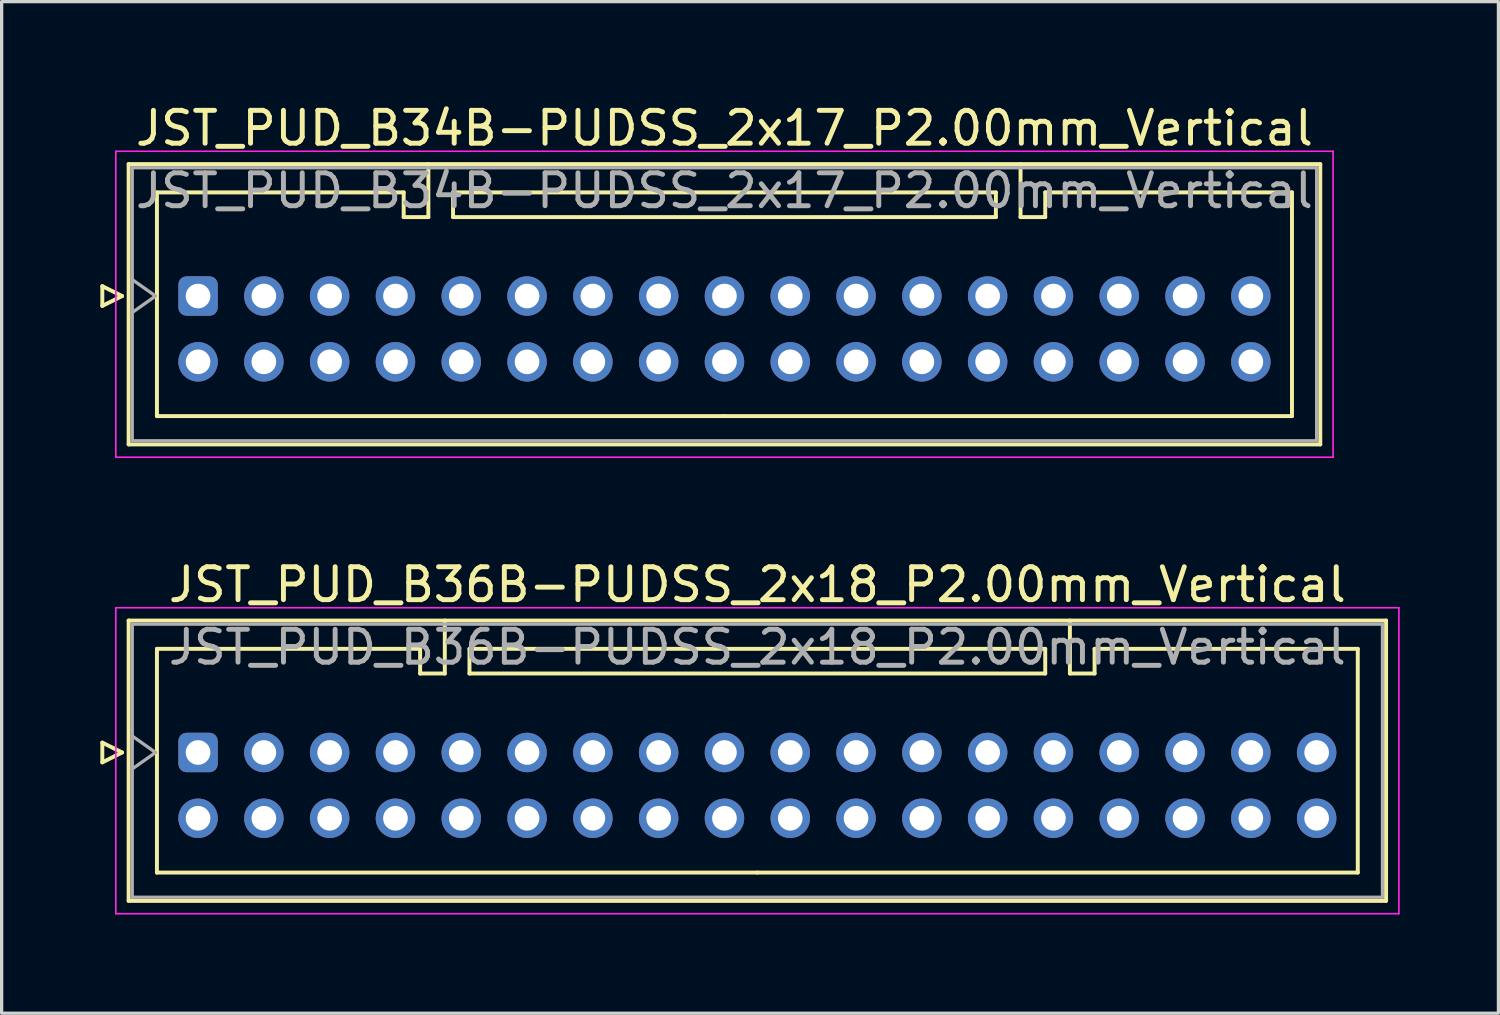
<source format=kicad_pcb>
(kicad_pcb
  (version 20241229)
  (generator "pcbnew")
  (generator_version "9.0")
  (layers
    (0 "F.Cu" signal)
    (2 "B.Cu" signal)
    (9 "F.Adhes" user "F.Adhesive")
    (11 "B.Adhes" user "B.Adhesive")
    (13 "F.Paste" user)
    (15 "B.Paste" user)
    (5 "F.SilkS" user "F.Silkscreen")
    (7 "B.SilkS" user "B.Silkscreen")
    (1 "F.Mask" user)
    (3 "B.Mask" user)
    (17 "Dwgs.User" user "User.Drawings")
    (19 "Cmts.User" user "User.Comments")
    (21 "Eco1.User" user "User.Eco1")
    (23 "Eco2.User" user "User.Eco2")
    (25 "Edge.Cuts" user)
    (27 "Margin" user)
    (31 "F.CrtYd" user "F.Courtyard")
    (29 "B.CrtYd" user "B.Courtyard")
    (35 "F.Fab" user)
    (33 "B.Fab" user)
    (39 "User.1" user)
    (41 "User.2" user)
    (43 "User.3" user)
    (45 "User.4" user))
  (footprint "JST_PUD_B34B-PUDSS_2x17_P2.00mm_Vertical"
    (layer "F.Cu")
    (at 2.97 5.948)
    (property "Reference" "JST_PUD_B34B-PUDSS_2x17_P2.00mm_Vertical" (at 16 -5.1 0) (layer "F.SilkS") (effects (font (size 1 1) (thickness 0.15))))
    (attr through_hole)
    (fp_line (start -2.91 -0.3) (end -2.31 0) (stroke (width 0.12) (type solid)) (layer "F.SilkS"))
    (fp_line (start -2.91 0.3) (end -2.91 -0.3) (stroke (width 0.12) (type solid)) (layer "F.SilkS"))
    (fp_line (start -2.31 0) (end -2.91 0.3) (stroke (width 0.12) (type solid)) (layer "F.SilkS"))
    (fp_line (start -2.11 -4.01) (end -2.11 4.51) (stroke (width 0.12) (type solid)) (layer "F.SilkS"))
    (fp_line (start -2.11 4.51) (end 34.11 4.51) (stroke (width 0.12) (type solid)) (layer "F.SilkS"))
    (fp_line (start -1.25 -3.15) (end -1.25 3.65) (stroke (width 0.12) (type solid)) (layer "F.SilkS"))
    (fp_line (start -1.25 3.65) (end 16 3.65) (stroke (width 0.12) (type solid)) (layer "F.SilkS"))
    (fp_line (start 6.25 -3.15) (end -1.25 -3.15) (stroke (width 0.12) (type solid)) (layer "F.SilkS"))
    (fp_line (start 6.25 -2.4) (end 6.25 -3.15) (stroke (width 0.12) (type solid)) (layer "F.SilkS"))
    (fp_line (start 7 -4.01) (end 7 -2.4) (stroke (width 0.12) (type solid)) (layer "F.SilkS"))
    (fp_line (start 7 -2.4) (end 6.25 -2.4) (stroke (width 0.12) (type solid)) (layer "F.SilkS"))
    (fp_line (start 7.75 -3.15) (end 7.75 -2.4) (stroke (width 0.12) (type solid)) (layer "F.SilkS"))
    (fp_line (start 7.75 -2.4) (end 24.25 -2.4) (stroke (width 0.12) (type solid)) (layer "F.SilkS"))
    (fp_line (start 24.25 -3.15) (end 7.75 -3.15) (stroke (width 0.12) (type solid)) (layer "F.SilkS"))
    (fp_line (start 24.25 -2.4) (end 24.25 -3.15) (stroke (width 0.12) (type solid)) (layer "F.SilkS"))
    (fp_line (start 25 -4.01) (end 25 -2.4) (stroke (width 0.12) (type solid)) (layer "F.SilkS"))
    (fp_line (start 25 -2.4) (end 25.75 -2.4) (stroke (width 0.12) (type solid)) (layer "F.SilkS"))
    (fp_line (start 25.75 -3.15) (end 33.25 -3.15) (stroke (width 0.12) (type solid)) (layer "F.SilkS"))
    (fp_line (start 25.75 -2.4) (end 25.75 -3.15) (stroke (width 0.12) (type solid)) (layer "F.SilkS"))
    (fp_line (start 33.25 -3.15) (end 33.25 3.65) (stroke (width 0.12) (type solid)) (layer "F.SilkS"))
    (fp_line (start 33.25 3.65) (end 16 3.65) (stroke (width 0.12) (type solid)) (layer "F.SilkS"))
    (fp_line (start 34.11 -4.01) (end -2.11 -4.01) (stroke (width 0.12) (type solid)) (layer "F.SilkS"))
    (fp_line (start 34.11 4.51) (end 34.11 -4.01) (stroke (width 0.12) (type solid)) (layer "F.SilkS"))
    (fp_line (start -2.5 -4.4) (end -2.5 4.9) (stroke (width 0.05) (type solid)) (layer "F.CrtYd"))
    (fp_line (start -2.5 4.9) (end 34.5 4.9) (stroke (width 0.05) (type solid)) (layer "F.CrtYd"))
    (fp_line (start 34.5 -4.4) (end -2.5 -4.4) (stroke (width 0.05) (type solid)) (layer "F.CrtYd"))
    (fp_line (start 34.5 4.9) (end 34.5 -4.4) (stroke (width 0.05) (type solid)) (layer "F.CrtYd"))
    (fp_line (start -2 -3.9) (end -2 4.4) (stroke (width 0.1) (type solid)) (layer "F.Fab"))
    (fp_line (start -2 0.5) (end -1.293 0) (stroke (width 0.1) (type solid)) (layer "F.Fab"))
    (fp_line (start -2 4.4) (end 34 4.4) (stroke (width 0.1) (type solid)) (layer "F.Fab"))
    (fp_line (start -1.293 0) (end -2 -0.5) (stroke (width 0.1) (type solid)) (layer "F.Fab"))
    (fp_line (start 34 -3.9) (end -2 -3.9) (stroke (width 0.1) (type solid)) (layer "F.Fab"))
    (fp_line (start 34 4.4) (end 34 -3.9) (stroke (width 0.1) (type solid)) (layer "F.Fab"))
    (fp_text user "${REFERENCE}" (at 16 -3.2 0) (layer "F.Fab") (effects (font (size 1 1) (thickness 0.15))))
    (pad "1" thru_hole roundrect (at 0 0) (size 1.2 1.2) (drill 0.75) (layers "*.Cu" "*.Mask") (roundrect_rratio 0.208))
    (pad "2" thru_hole circle (at 0 2) (size 1.2 1.2) (drill 0.75) (layers "*.Cu" "*.Mask"))
    (pad "3" thru_hole circle (at 2 0) (size 1.2 1.2) (drill 0.75) (layers "*.Cu" "*.Mask"))
    (pad "4" thru_hole circle (at 2 2) (size 1.2 1.2) (drill 0.75) (layers "*.Cu" "*.Mask"))
    (pad "5" thru_hole circle (at 4 0) (size 1.2 1.2) (drill 0.75) (layers "*.Cu" "*.Mask"))
    (pad "6" thru_hole circle (at 4 2) (size 1.2 1.2) (drill 0.75) (layers "*.Cu" "*.Mask"))
    (pad "7" thru_hole circle (at 6 0) (size 1.2 1.2) (drill 0.75) (layers "*.Cu" "*.Mask"))
    (pad "8" thru_hole circle (at 6 2) (size 1.2 1.2) (drill 0.75) (layers "*.Cu" "*.Mask"))
    (pad "9" thru_hole circle (at 8 0) (size 1.2 1.2) (drill 0.75) (layers "*.Cu" "*.Mask"))
    (pad "10" thru_hole circle (at 8 2) (size 1.2 1.2) (drill 0.75) (layers "*.Cu" "*.Mask"))
    (pad "11" thru_hole circle (at 10 0) (size 1.2 1.2) (drill 0.75) (layers "*.Cu" "*.Mask"))
    (pad "12" thru_hole circle (at 10 2) (size 1.2 1.2) (drill 0.75) (layers "*.Cu" "*.Mask"))
    (pad "13" thru_hole circle (at 12 0) (size 1.2 1.2) (drill 0.75) (layers "*.Cu" "*.Mask"))
    (pad "14" thru_hole circle (at 12 2) (size 1.2 1.2) (drill 0.75) (layers "*.Cu" "*.Mask"))
    (pad "15" thru_hole circle (at 14 0) (size 1.2 1.2) (drill 0.75) (layers "*.Cu" "*.Mask"))
    (pad "16" thru_hole circle (at 14 2) (size 1.2 1.2) (drill 0.75) (layers "*.Cu" "*.Mask"))
    (pad "17" thru_hole circle (at 16 0) (size 1.2 1.2) (drill 0.75) (layers "*.Cu" "*.Mask"))
    (pad "18" thru_hole circle (at 16 2) (size 1.2 1.2) (drill 0.75) (layers "*.Cu" "*.Mask"))
    (pad "19" thru_hole circle (at 18 0) (size 1.2 1.2) (drill 0.75) (layers "*.Cu" "*.Mask"))
    (pad "20" thru_hole circle (at 18 2) (size 1.2 1.2) (drill 0.75) (layers "*.Cu" "*.Mask"))
    (pad "21" thru_hole circle (at 20 0) (size 1.2 1.2) (drill 0.75) (layers "*.Cu" "*.Mask"))
    (pad "22" thru_hole circle (at 20 2) (size 1.2 1.2) (drill 0.75) (layers "*.Cu" "*.Mask"))
    (pad "23" thru_hole circle (at 22 0) (size 1.2 1.2) (drill 0.75) (layers "*.Cu" "*.Mask"))
    (pad "24" thru_hole circle (at 22 2) (size 1.2 1.2) (drill 0.75) (layers "*.Cu" "*.Mask"))
    (pad "25" thru_hole circle (at 24 0) (size 1.2 1.2) (drill 0.75) (layers "*.Cu" "*.Mask"))
    (pad "26" thru_hole circle (at 24 2) (size 1.2 1.2) (drill 0.75) (layers "*.Cu" "*.Mask"))
    (pad "27" thru_hole circle (at 26 0) (size 1.2 1.2) (drill 0.75) (layers "*.Cu" "*.Mask"))
    (pad "28" thru_hole circle (at 26 2) (size 1.2 1.2) (drill 0.75) (layers "*.Cu" "*.Mask"))
    (pad "29" thru_hole circle (at 28 0) (size 1.2 1.2) (drill 0.75) (layers "*.Cu" "*.Mask"))
    (pad "30" thru_hole circle (at 28 2) (size 1.2 1.2) (drill 0.75) (layers "*.Cu" "*.Mask"))
    (pad "31" thru_hole circle (at 30 0) (size 1.2 1.2) (drill 0.75) (layers "*.Cu" "*.Mask"))
    (pad "32" thru_hole circle (at 30 2) (size 1.2 1.2) (drill 0.75) (layers "*.Cu" "*.Mask"))
    (pad "33" thru_hole circle (at 32 0) (size 1.2 1.2) (drill 0.75) (layers "*.Cu" "*.Mask"))
    (pad "34" thru_hole circle (at 32 2) (size 1.2 1.2) (drill 0.75) (layers "*.Cu" "*.Mask")))
  (footprint "JST_PUD_B36B-PUDSS_2x18_P2.00mm_Vertical"
    (layer "F.Cu")
    (at 2.97 19.822)
    (property "Reference" "JST_PUD_B36B-PUDSS_2x18_P2.00mm_Vertical" (at 17 -5.1 0) (layer "F.SilkS") (effects (font (size 1 1) (thickness 0.15))))
    (attr through_hole)
    (fp_line (start -2.91 -0.3) (end -2.31 0) (stroke (width 0.12) (type solid)) (layer "F.SilkS"))
    (fp_line (start -2.91 0.3) (end -2.91 -0.3) (stroke (width 0.12) (type solid)) (layer "F.SilkS"))
    (fp_line (start -2.31 0) (end -2.91 0.3) (stroke (width 0.12) (type solid)) (layer "F.SilkS"))
    (fp_line (start -2.11 -4.01) (end -2.11 4.51) (stroke (width 0.12) (type solid)) (layer "F.SilkS"))
    (fp_line (start -2.11 4.51) (end 36.11 4.51) (stroke (width 0.12) (type solid)) (layer "F.SilkS"))
    (fp_line (start -1.25 -3.15) (end -1.25 3.65) (stroke (width 0.12) (type solid)) (layer "F.SilkS"))
    (fp_line (start -1.25 3.65) (end 17 3.65) (stroke (width 0.12) (type solid)) (layer "F.SilkS"))
    (fp_line (start 6.75 -3.15) (end -1.25 -3.15) (stroke (width 0.12) (type solid)) (layer "F.SilkS"))
    (fp_line (start 6.75 -2.4) (end 6.75 -3.15) (stroke (width 0.12) (type solid)) (layer "F.SilkS"))
    (fp_line (start 7.5 -4.01) (end 7.5 -2.4) (stroke (width 0.12) (type solid)) (layer "F.SilkS"))
    (fp_line (start 7.5 -2.4) (end 6.75 -2.4) (stroke (width 0.12) (type solid)) (layer "F.SilkS"))
    (fp_line (start 8.25 -3.15) (end 8.25 -2.4) (stroke (width 0.12) (type solid)) (layer "F.SilkS"))
    (fp_line (start 8.25 -2.4) (end 25.75 -2.4) (stroke (width 0.12) (type solid)) (layer "F.SilkS"))
    (fp_line (start 25.75 -3.15) (end 8.25 -3.15) (stroke (width 0.12) (type solid)) (layer "F.SilkS"))
    (fp_line (start 25.75 -2.4) (end 25.75 -3.15) (stroke (width 0.12) (type solid)) (layer "F.SilkS"))
    (fp_line (start 26.5 -4.01) (end 26.5 -2.4) (stroke (width 0.12) (type solid)) (layer "F.SilkS"))
    (fp_line (start 26.5 -2.4) (end 27.25 -2.4) (stroke (width 0.12) (type solid)) (layer "F.SilkS"))
    (fp_line (start 27.25 -3.15) (end 35.25 -3.15) (stroke (width 0.12) (type solid)) (layer "F.SilkS"))
    (fp_line (start 27.25 -2.4) (end 27.25 -3.15) (stroke (width 0.12) (type solid)) (layer "F.SilkS"))
    (fp_line (start 35.25 -3.15) (end 35.25 3.65) (stroke (width 0.12) (type solid)) (layer "F.SilkS"))
    (fp_line (start 35.25 3.65) (end 17 3.65) (stroke (width 0.12) (type solid)) (layer "F.SilkS"))
    (fp_line (start 36.11 -4.01) (end -2.11 -4.01) (stroke (width 0.12) (type solid)) (layer "F.SilkS"))
    (fp_line (start 36.11 4.51) (end 36.11 -4.01) (stroke (width 0.12) (type solid)) (layer "F.SilkS"))
    (fp_line (start -2.5 -4.4) (end -2.5 4.9) (stroke (width 0.05) (type solid)) (layer "F.CrtYd"))
    (fp_line (start -2.5 4.9) (end 36.5 4.9) (stroke (width 0.05) (type solid)) (layer "F.CrtYd"))
    (fp_line (start 36.5 -4.4) (end -2.5 -4.4) (stroke (width 0.05) (type solid)) (layer "F.CrtYd"))
    (fp_line (start 36.5 4.9) (end 36.5 -4.4) (stroke (width 0.05) (type solid)) (layer "F.CrtYd"))
    (fp_line (start -2 -3.9) (end -2 4.4) (stroke (width 0.1) (type solid)) (layer "F.Fab"))
    (fp_line (start -2 0.5) (end -1.293 0) (stroke (width 0.1) (type solid)) (layer "F.Fab"))
    (fp_line (start -2 4.4) (end 36 4.4) (stroke (width 0.1) (type solid)) (layer "F.Fab"))
    (fp_line (start -1.293 0) (end -2 -0.5) (stroke (width 0.1) (type solid)) (layer "F.Fab"))
    (fp_line (start 36 -3.9) (end -2 -3.9) (stroke (width 0.1) (type solid)) (layer "F.Fab"))
    (fp_line (start 36 4.4) (end 36 -3.9) (stroke (width 0.1) (type solid)) (layer "F.Fab"))
    (fp_text user "${REFERENCE}" (at 17 -3.2 0) (layer "F.Fab") (effects (font (size 1 1) (thickness 0.15))))
    (pad "1" thru_hole roundrect (at 0 0) (size 1.2 1.2) (drill 0.75) (layers "*.Cu" "*.Mask") (roundrect_rratio 0.208))
    (pad "2" thru_hole circle (at 0 2) (size 1.2 1.2) (drill 0.75) (layers "*.Cu" "*.Mask"))
    (pad "3" thru_hole circle (at 2 0) (size 1.2 1.2) (drill 0.75) (layers "*.Cu" "*.Mask"))
    (pad "4" thru_hole circle (at 2 2) (size 1.2 1.2) (drill 0.75) (layers "*.Cu" "*.Mask"))
    (pad "5" thru_hole circle (at 4 0) (size 1.2 1.2) (drill 0.75) (layers "*.Cu" "*.Mask"))
    (pad "6" thru_hole circle (at 4 2) (size 1.2 1.2) (drill 0.75) (layers "*.Cu" "*.Mask"))
    (pad "7" thru_hole circle (at 6 0) (size 1.2 1.2) (drill 0.75) (layers "*.Cu" "*.Mask"))
    (pad "8" thru_hole circle (at 6 2) (size 1.2 1.2) (drill 0.75) (layers "*.Cu" "*.Mask"))
    (pad "9" thru_hole circle (at 8 0) (size 1.2 1.2) (drill 0.75) (layers "*.Cu" "*.Mask"))
    (pad "10" thru_hole circle (at 8 2) (size 1.2 1.2) (drill 0.75) (layers "*.Cu" "*.Mask"))
    (pad "11" thru_hole circle (at 10 0) (size 1.2 1.2) (drill 0.75) (layers "*.Cu" "*.Mask"))
    (pad "12" thru_hole circle (at 10 2) (size 1.2 1.2) (drill 0.75) (layers "*.Cu" "*.Mask"))
    (pad "13" thru_hole circle (at 12 0) (size 1.2 1.2) (drill 0.75) (layers "*.Cu" "*.Mask"))
    (pad "14" thru_hole circle (at 12 2) (size 1.2 1.2) (drill 0.75) (layers "*.Cu" "*.Mask"))
    (pad "15" thru_hole circle (at 14 0) (size 1.2 1.2) (drill 0.75) (layers "*.Cu" "*.Mask"))
    (pad "16" thru_hole circle (at 14 2) (size 1.2 1.2) (drill 0.75) (layers "*.Cu" "*.Mask"))
    (pad "17" thru_hole circle (at 16 0) (size 1.2 1.2) (drill 0.75) (layers "*.Cu" "*.Mask"))
    (pad "18" thru_hole circle (at 16 2) (size 1.2 1.2) (drill 0.75) (layers "*.Cu" "*.Mask"))
    (pad "19" thru_hole circle (at 18 0) (size 1.2 1.2) (drill 0.75) (layers "*.Cu" "*.Mask"))
    (pad "20" thru_hole circle (at 18 2) (size 1.2 1.2) (drill 0.75) (layers "*.Cu" "*.Mask"))
    (pad "21" thru_hole circle (at 20 0) (size 1.2 1.2) (drill 0.75) (layers "*.Cu" "*.Mask"))
    (pad "22" thru_hole circle (at 20 2) (size 1.2 1.2) (drill 0.75) (layers "*.Cu" "*.Mask"))
    (pad "23" thru_hole circle (at 22 0) (size 1.2 1.2) (drill 0.75) (layers "*.Cu" "*.Mask"))
    (pad "24" thru_hole circle (at 22 2) (size 1.2 1.2) (drill 0.75) (layers "*.Cu" "*.Mask"))
    (pad "25" thru_hole circle (at 24 0) (size 1.2 1.2) (drill 0.75) (layers "*.Cu" "*.Mask"))
    (pad "26" thru_hole circle (at 24 2) (size 1.2 1.2) (drill 0.75) (layers "*.Cu" "*.Mask"))
    (pad "27" thru_hole circle (at 26 0) (size 1.2 1.2) (drill 0.75) (layers "*.Cu" "*.Mask"))
    (pad "28" thru_hole circle (at 26 2) (size 1.2 1.2) (drill 0.75) (layers "*.Cu" "*.Mask"))
    (pad "29" thru_hole circle (at 28 0) (size 1.2 1.2) (drill 0.75) (layers "*.Cu" "*.Mask"))
    (pad "30" thru_hole circle (at 28 2) (size 1.2 1.2) (drill 0.75) (layers "*.Cu" "*.Mask"))
    (pad "31" thru_hole circle (at 30 0) (size 1.2 1.2) (drill 0.75) (layers "*.Cu" "*.Mask"))
    (pad "32" thru_hole circle (at 30 2) (size 1.2 1.2) (drill 0.75) (layers "*.Cu" "*.Mask"))
    (pad "33" thru_hole circle (at 32 0) (size 1.2 1.2) (drill 0.75) (layers "*.Cu" "*.Mask"))
    (pad "34" thru_hole circle (at 32 2) (size 1.2 1.2) (drill 0.75) (layers "*.Cu" "*.Mask"))
    (pad "35" thru_hole circle (at 34 0) (size 1.2 1.2) (drill 0.75) (layers "*.Cu" "*.Mask"))
    (pad "36" thru_hole circle (at 34 2) (size 1.2 1.2) (drill 0.75) (layers "*.Cu" "*.Mask")))
  (gr_rect
    (start -3 -3)
    (end 42.495 27.747)
    (stroke (width 0.1) (type default))
    (fill no)
    (layer "Edge.Cuts")))
</source>
